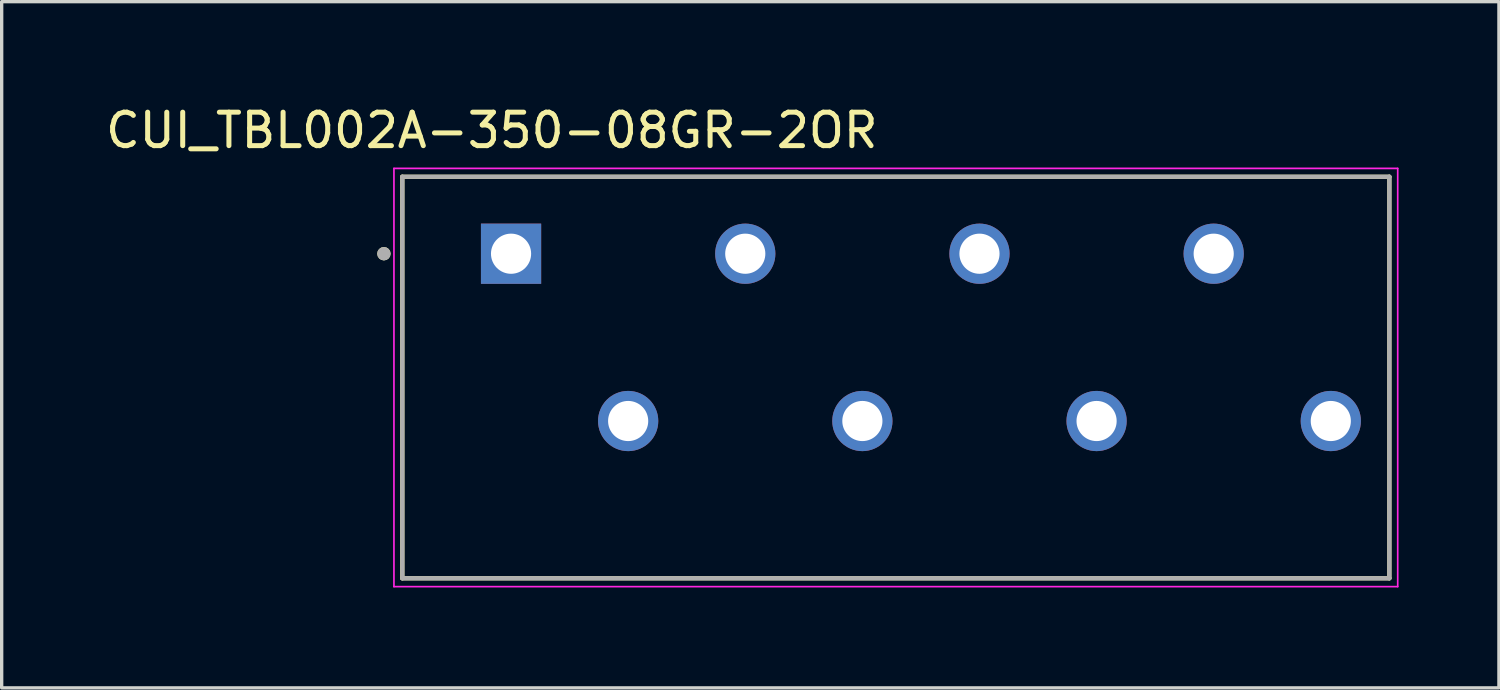
<source format=kicad_pcb>
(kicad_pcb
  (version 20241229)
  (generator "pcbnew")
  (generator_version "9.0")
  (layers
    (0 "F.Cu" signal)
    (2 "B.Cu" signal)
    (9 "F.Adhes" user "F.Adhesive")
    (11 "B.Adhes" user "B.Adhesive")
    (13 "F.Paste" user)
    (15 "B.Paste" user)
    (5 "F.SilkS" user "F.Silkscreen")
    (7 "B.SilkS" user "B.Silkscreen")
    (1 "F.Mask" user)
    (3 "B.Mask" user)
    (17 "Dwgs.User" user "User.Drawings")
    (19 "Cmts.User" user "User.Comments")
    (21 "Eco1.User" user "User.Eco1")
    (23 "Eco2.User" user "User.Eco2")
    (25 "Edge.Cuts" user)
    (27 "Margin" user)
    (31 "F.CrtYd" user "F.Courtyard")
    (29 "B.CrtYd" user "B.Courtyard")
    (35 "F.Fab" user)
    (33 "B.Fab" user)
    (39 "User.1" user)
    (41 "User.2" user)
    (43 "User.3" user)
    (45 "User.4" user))
  (footprint "CUI_TBL002A-350-08GR-2OR"
    (layer "F.Cu")
    (at 12.224 4.533)
    (property "Reference" "CUI_TBL002A-350-08GR-2OR" (at -0.575 -3.685 0) (layer "F.SilkS") (effects (font (size 1 1) (thickness 0.15))))
    (attr through_hole)
    (fp_line (start -3.25 -2.3) (end 26.25 -2.3) (stroke (width 0.127) (type solid)) (layer "F.SilkS"))
    (fp_line (start -3.25 9.7) (end -3.25 -2.3) (stroke (width 0.127) (type solid)) (layer "F.SilkS"))
    (fp_line (start 26.25 -2.3) (end 26.25 9.7) (stroke (width 0.127) (type solid)) (layer "F.SilkS"))
    (fp_line (start 26.25 9.7) (end -3.25 9.7) (stroke (width 0.127) (type solid)) (layer "F.SilkS"))
    (fp_circle (center -3.8 0) (end -3.7 0) (stroke (width 0.2) (type solid)) (fill no) (layer "F.SilkS"))
    (fp_line (start -3.5 -2.55) (end 26.5 -2.55) (stroke (width 0.05) (type solid)) (layer "F.CrtYd"))
    (fp_line (start -3.5 9.95) (end -3.5 -2.55) (stroke (width 0.05) (type solid)) (layer "F.CrtYd"))
    (fp_line (start 26.5 -2.55) (end 26.5 9.95) (stroke (width 0.05) (type solid)) (layer "F.CrtYd"))
    (fp_line (start 26.5 9.95) (end -3.5 9.95) (stroke (width 0.05) (type solid)) (layer "F.CrtYd"))
    (fp_line (start -3.25 -2.3) (end 26.25 -2.3) (stroke (width 0.127) (type solid)) (layer "F.Fab"))
    (fp_line (start -3.25 9.7) (end -3.25 -2.3) (stroke (width 0.127) (type solid)) (layer "F.Fab"))
    (fp_line (start 26.25 -2.3) (end 26.25 9.7) (stroke (width 0.127) (type solid)) (layer "F.Fab"))
    (fp_line (start 26.25 9.7) (end -3.25 9.7) (stroke (width 0.127) (type solid)) (layer "F.Fab"))
    (fp_circle (center -3.8 0) (end -3.7 0) (stroke (width 0.2) (type solid)) (fill no) (layer "F.Fab"))
    (pad "1" thru_hole rect (at 0 0) (size 1.8 1.8) (drill 1.2) (layers "*.Cu" "*.Mask"))
    (pad "2" thru_hole circle (at 3.5 5) (size 1.8 1.8) (drill 1.2) (layers "*.Cu" "*.Mask"))
    (pad "3" thru_hole circle (at 7 0) (size 1.8 1.8) (drill 1.2) (layers "*.Cu" "*.Mask"))
    (pad "4" thru_hole circle (at 10.5 5) (size 1.8 1.8) (drill 1.2) (layers "*.Cu" "*.Mask"))
    (pad "5" thru_hole circle (at 14 0) (size 1.8 1.8) (drill 1.2) (layers "*.Cu" "*.Mask"))
    (pad "6" thru_hole circle (at 17.5 5) (size 1.8 1.8) (drill 1.2) (layers "*.Cu" "*.Mask"))
    (pad "7" thru_hole circle (at 21 0) (size 1.8 1.8) (drill 1.2) (layers "*.Cu" "*.Mask"))
    (pad "8" thru_hole circle (at 24.5 5) (size 1.8 1.8) (drill 1.2) (layers "*.Cu" "*.Mask")))
  (gr_rect
    (start -3 -3)
    (end 41.749 17.508)
    (stroke (width 0.1) (type default))
    (fill no)
    (layer "Edge.Cuts")))
</source>
